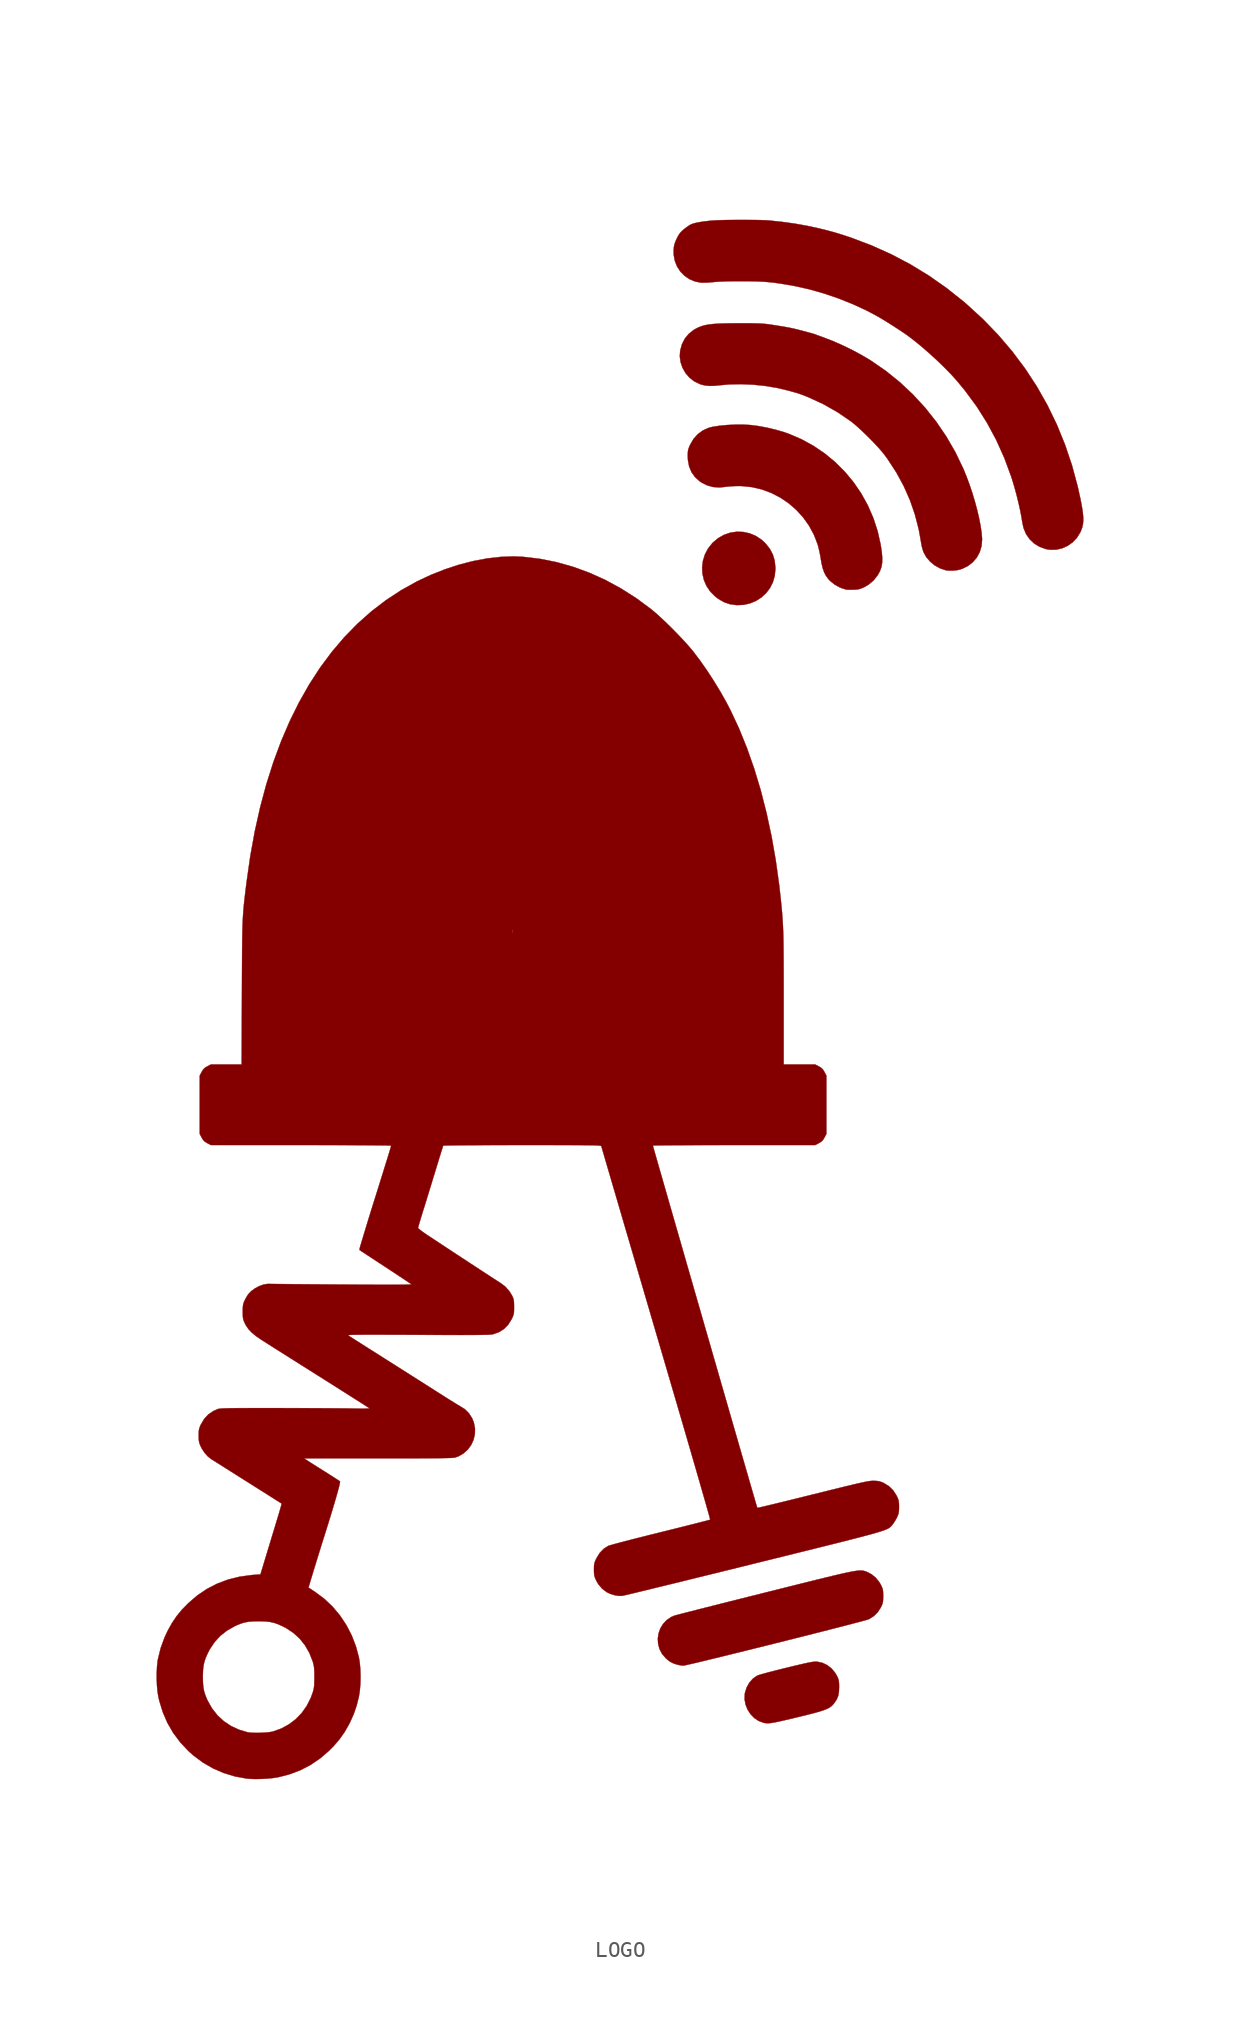
<source format=kicad_sym>
(kicad_symbol_lib
  (version 20210619)
  (generator bitmap2component)
  (symbol "LOGO"
    (pin_names
      (offset 1.016))
    (property "Reference" "#G"
      (at 0 51.026 0)
      (effects (font (size 1.27 1.27)) hide))
    (symbol "LOGO_0_0"
      (polyline (pts (xy -18.48 -47.721) (xy -18.099 -47.7) (xy -17.741 -47.664) (xy -17.436 -47.615) (xy -16.742 -47.437) (xy -16.058 -47.179) (xy -15.418 -46.848) (xy -14.819 -46.441) (xy -14.258 -45.958) (xy -13.975 -45.673) (xy -13.606 -45.244) (xy -13.289 -44.794) (xy -13.005 -44.298) (xy -12.944 -44.177) (xy -12.715 -43.666) (xy -12.536 -43.145) (xy -12.394 -42.577) (xy -12.391 -42.563) (xy -12.335 -42.201) (xy -12.301 -41.784) (xy -12.29 -41.34) (xy -12.302 -40.898) (xy -12.336 -40.483) (xy -12.394 -40.123) (xy -12.577 -39.438) (xy -12.841 -38.752) (xy -13.175 -38.105) (xy -13.575 -37.503) (xy -14.035 -36.954) (xy -14.552 -36.464) (xy -15.122 -36.038) (xy -15.281 -35.933) (xy -15.416 -35.843) (xy -15.508 -35.782) (xy -15.541 -35.758) (xy -15.537 -35.74) (xy -15.512 -35.65) (xy -15.466 -35.495) (xy -15.403 -35.285) (xy -15.326 -35.03) (xy -15.238 -34.741) (xy -15.142 -34.429) (xy -15.043 -34.104) (xy -14.942 -33.776) (xy -14.843 -33.457) (xy -14.75 -33.157) (xy -14.665 -32.885) (xy -14.593 -32.654) (xy -14.574 -32.596) (xy -14.389 -32.007) (xy -14.219 -31.46) (xy -14.066 -30.959) (xy -13.932 -30.509) (xy -13.816 -30.113) (xy -13.722 -29.778) (xy -13.649 -29.506) (xy -13.599 -29.303) (xy -13.574 -29.173) (xy -13.575 -29.12) (xy -13.614 -29.091) (xy -13.72 -29.022) (xy -13.878 -28.919) (xy -14.08 -28.79) (xy -14.315 -28.64) (xy -14.573 -28.478) (xy -14.789 -28.342) (xy -15.041 -28.183) (xy -15.267 -28.04) (xy -15.455 -27.921) (xy -15.593 -27.832) (xy -15.67 -27.782) (xy -15.821 -27.681) (xy -11.193 -27.681) (xy -10.844 -27.681) (xy -10.061 -27.681) (xy -9.361 -27.68) (xy -8.741 -27.678) (xy -8.2 -27.675) (xy -7.734 -27.672) (xy -7.341 -27.668) (xy -7.019 -27.663) (xy -6.766 -27.657) (xy -6.578 -27.65) (xy -6.455 -27.642) (xy -6.393 -27.634) (xy -6.163 -27.552) (xy -5.848 -27.369) (xy -5.582 -27.129) (xy -5.372 -26.841) (xy -5.224 -26.518) (xy -5.143 -26.169) (xy -5.135 -25.806) (xy -5.207 -25.44) (xy -5.308 -25.183) (xy -5.509 -24.865) (xy -5.777 -24.601) (xy -6.113 -24.39) (xy -6.147 -24.372) (xy -6.259 -24.306) (xy -6.425 -24.205) (xy -6.631 -24.077) (xy -6.866 -23.93) (xy -7.117 -23.77) (xy -7.163 -23.741) (xy -7.369 -23.61) (xy -7.636 -23.44) (xy -7.956 -23.236) (xy -8.319 -23.006) (xy -8.717 -22.753) (xy -9.142 -22.484) (xy -9.583 -22.203) (xy -10.033 -21.918) (xy -10.483 -21.633) (xy -10.75 -21.464) (xy -11.161 -21.203) (xy -11.548 -20.958) (xy -11.905 -20.732) (xy -12.226 -20.528) (xy -12.504 -20.351) (xy -12.734 -20.204) (xy -12.91 -20.093) (xy -13.026 -20.019) (xy -13.074 -19.987) (xy -13.077 -19.984) (xy -13.059 -19.975) (xy -13.003 -19.968) (xy -12.905 -19.962) (xy -12.76 -19.957) (xy -12.566 -19.954) (xy -12.317 -19.951) (xy -12.011 -19.949) (xy -11.642 -19.948) (xy -11.207 -19.948) (xy -10.703 -19.95) (xy -10.124 -19.951) (xy -9.467 -19.954) (xy -8.727 -19.958) (xy -8.544 -19.959) (xy -7.792 -19.962) (xy -7.122 -19.965) (xy -6.529 -19.966) (xy -6.009 -19.967) (xy -5.56 -19.966) (xy -5.177 -19.965) (xy -4.857 -19.962) (xy -4.595 -19.958) (xy -4.388 -19.953) (xy -4.231 -19.947) (xy -4.122 -19.939) (xy -4.056 -19.93) (xy -4.002 -19.918) (xy -3.638 -19.791) (xy -3.324 -19.593) (xy -3.061 -19.328) (xy -2.853 -18.995) (xy -2.822 -18.933) (xy -2.76 -18.797) (xy -2.721 -18.684) (xy -2.701 -18.568) (xy -2.693 -18.419) (xy -2.692 -18.213) (xy -2.694 -18.03) (xy -2.703 -17.868) (xy -2.722 -17.745) (xy -2.757 -17.635) (xy -2.812 -17.513) (xy -2.994 -17.218) (xy -3.253 -16.932) (xy -3.558 -16.704) (xy -3.596 -16.68) (xy -3.717 -16.604) (xy -3.9 -16.486) (xy -4.137 -16.332) (xy -4.423 -16.146) (xy -4.75 -15.932) (xy -5.113 -15.695) (xy -5.504 -15.439) (xy -5.917 -15.168) (xy -6.346 -14.886) (xy -6.783 -14.598) (xy -7.223 -14.309) (xy -7.658 -14.021) (xy -8.083 -13.741) (xy -8.242 -13.633) (xy -8.423 -13.506) (xy -8.567 -13.398) (xy -8.662 -13.319) (xy -8.696 -13.278) (xy -8.688 -13.237) (xy -8.656 -13.123) (xy -8.605 -12.948) (xy -8.538 -12.724) (xy -8.459 -12.462) (xy -8.37 -12.175) (xy -8.334 -12.062) (xy -8.23 -11.727) (xy -8.111 -11.338) (xy -7.981 -10.916) (xy -7.847 -10.479) (xy -7.716 -10.05) (xy -7.593 -9.648) (xy -7.494 -9.323) (xy -7.397 -9.006) (xy -7.31 -8.723) (xy -7.236 -8.484) (xy -7.177 -8.3) (xy -7.138 -8.178) (xy -7.121 -8.13) (xy -7.112 -8.128) (xy -7.033 -8.123) (xy -6.875 -8.119) (xy -6.644 -8.114) (xy -6.346 -8.111) (xy -5.985 -8.107) (xy -5.568 -8.104) (xy -5.099 -8.101) (xy -4.585 -8.098) (xy -4.03 -8.096) (xy -3.44 -8.095) (xy -2.82 -8.094) (xy -2.177 -8.094) (xy -1.812 -8.094) (xy -1.094 -8.094) (xy -0.456 -8.094) (xy 0.108 -8.095) (xy 0.602 -8.095) (xy 1.03 -8.097) (xy 1.398 -8.098) (xy 1.71 -8.101) (xy 1.97 -8.104) (xy 2.184 -8.107) (xy 2.355 -8.111) (xy 2.489 -8.117) (xy 2.59 -8.123) (xy 2.663 -8.13) (xy 2.713 -8.138) (xy 2.743 -8.147) (xy 2.759 -8.157) (xy 2.766 -8.169) (xy 2.769 -8.179) (xy 2.794 -8.266) (xy 2.842 -8.433) (xy 2.914 -8.678) (xy 3.008 -8.999) (xy 3.123 -9.394) (xy 3.26 -9.86) (xy 3.417 -10.397) (xy 3.594 -11.001) (xy 3.791 -11.672) (xy 4.006 -12.406) (xy 4.239 -13.202) (xy 4.49 -14.057) (xy 4.758 -14.971) (xy 5.042 -15.94) (xy 5.342 -16.963) (xy 5.657 -18.038) (xy 5.987 -19.162) (xy 6.331 -20.334) (xy 6.688 -21.552) (xy 7.058 -22.814) (xy 7.263 -23.513) (xy 7.504 -24.335) (xy 7.737 -25.133) (xy 7.962 -25.901) (xy 8.176 -26.637) (xy 8.379 -27.336) (xy 8.57 -27.995) (xy 8.748 -28.609) (xy 8.912 -29.175) (xy 9.059 -29.69) (xy 9.191 -30.148) (xy 9.305 -30.547) (xy 9.4 -30.883) (xy 9.475 -31.151) (xy 9.529 -31.349) (xy 9.561 -31.471) (xy 9.569 -31.514) (xy 9.526 -31.528) (xy 9.406 -31.561) (xy 9.214 -31.612) (xy 8.959 -31.677) (xy 8.647 -31.757) (xy 8.283 -31.849) (xy 7.876 -31.951) (xy 7.431 -32.063) (xy 6.955 -32.181) (xy 6.454 -32.305) (xy 5.995 -32.419) (xy 5.508 -32.541) (xy 5.05 -32.657) (xy 4.625 -32.765) (xy 4.242 -32.864) (xy 3.908 -32.952) (xy 3.629 -33.027) (xy 3.412 -33.087) (xy 3.266 -33.13) (xy 3.195 -33.154) (xy 2.922 -33.328) (xy 2.669 -33.586) (xy 2.466 -33.914) (xy 2.407 -34.036) (xy 2.35 -34.172) (xy 2.319 -34.295) (xy 2.306 -34.437) (xy 2.303 -34.632) (xy 2.304 -34.715) (xy 2.311 -34.892) (xy 2.331 -35.029) (xy 2.372 -35.156) (xy 2.439 -35.308) (xy 2.571 -35.541) (xy 2.812 -35.827) (xy 3.107 -36.049) (xy 3.323 -36.151) (xy 3.58 -36.231) (xy 3.836 -36.276) (xy 4.056 -36.277) (xy 4.058 -36.277) (xy 4.123 -36.263) (xy 4.269 -36.23) (xy 4.489 -36.178) (xy 4.78 -36.109) (xy 5.137 -36.022) (xy 5.558 -35.921) (xy 6.036 -35.804) (xy 6.569 -35.674) (xy 7.151 -35.532) (xy 7.779 -35.378) (xy 8.449 -35.213) (xy 9.157 -35.039) (xy 9.897 -34.857) (xy 10.667 -34.667) (xy 11.461 -34.471) (xy 12.276 -34.27) (xy 12.656 -34.175) (xy 13.608 -33.94) (xy 14.481 -33.724) (xy 15.279 -33.526) (xy 16.006 -33.346) (xy 16.664 -33.182) (xy 17.258 -33.034) (xy 17.79 -32.9) (xy 18.265 -32.779) (xy 18.686 -32.671) (xy 19.057 -32.575) (xy 19.381 -32.489) (xy 19.661 -32.413) (xy 19.901 -32.345) (xy 20.105 -32.285) (xy 20.276 -32.231) (xy 20.417 -32.183) (xy 20.533 -32.14) (xy 20.627 -32.1) (xy 20.701 -32.063) (xy 20.761 -32.027) (xy 20.808 -31.992) (xy 20.848 -31.957) (xy 20.883 -31.92) (xy 20.917 -31.881) (xy 20.953 -31.839) (xy 21.038 -31.727) (xy 21.146 -31.557) (xy 21.24 -31.384) (xy 21.268 -31.325) (xy 21.324 -31.188) (xy 21.356 -31.063) (xy 21.371 -30.917) (xy 21.374 -30.717) (xy 21.374 -30.636) (xy 21.367 -30.459) (xy 21.347 -30.322) (xy 21.306 -30.194) (xy 21.238 -30.041) (xy 21.219 -30.003) (xy 21.012 -29.682) (xy 20.743 -29.419) (xy 20.42 -29.221) (xy 20.295 -29.166) (xy 20.145 -29.117) (xy 19.989 -29.093) (xy 19.787 -29.085) (xy 19.778 -29.085) (xy 19.709 -29.086) (xy 19.631 -29.091) (xy 19.541 -29.101) (xy 19.431 -29.118) (xy 19.296 -29.143) (xy 19.13 -29.177) (xy 18.927 -29.222) (xy 18.681 -29.279) (xy 18.387 -29.348) (xy 18.038 -29.432) (xy 17.63 -29.532) (xy 17.155 -29.649) (xy 16.608 -29.785) (xy 15.984 -29.94) (xy 15.685 -30.014) (xy 15.168 -30.142) (xy 14.68 -30.262) (xy 14.225 -30.374) (xy 13.81 -30.475) (xy 13.442 -30.564) (xy 13.126 -30.64) (xy 12.87 -30.701) (xy 12.678 -30.745) (xy 12.557 -30.772) (xy 12.513 -30.779) (xy 12.51 -30.77) (xy 12.487 -30.692) (xy 12.441 -30.538) (xy 12.375 -30.31) (xy 12.289 -30.014) (xy 12.184 -29.653) (xy 12.062 -29.232) (xy 11.924 -28.754) (xy 11.77 -28.224) (xy 11.603 -27.646) (xy 11.423 -27.024) (xy 11.232 -26.362) (xy 11.03 -25.664) (xy 10.819 -24.933) (xy 10.601 -24.176) (xy 10.375 -23.394) (xy 10.144 -22.593) (xy 9.909 -21.777) (xy 9.67 -20.949) (xy 9.429 -20.113) (xy 9.187 -19.275) (xy 8.946 -18.437) (xy 8.706 -17.605) (xy 8.469 -16.781) (xy 8.235 -15.97) (xy 8.007 -15.177) (xy 7.785 -14.405) (xy 7.57 -13.659) (xy 7.364 -12.942) (xy 7.167 -12.258) (xy 6.981 -11.612) (xy 6.808 -11.008) (xy 6.647 -10.45) (xy 6.502 -9.942) (xy 6.371 -9.488) (xy 6.258 -9.091) (xy 6.162 -8.758) (xy 6.086 -8.49) (xy 6.03 -8.293) (xy 5.996 -8.17) (xy 5.984 -8.126) (xy 6 -8.123) (xy 6.093 -8.119) (xy 6.263 -8.115) (xy 6.505 -8.112) (xy 6.814 -8.108) (xy 7.185 -8.105) (xy 7.612 -8.102) (xy 8.09 -8.1) (xy 8.614 -8.098) (xy 9.178 -8.096) (xy 9.777 -8.095) (xy 10.406 -8.094) (xy 11.059 -8.094) (xy 16.134 -8.094) (xy 16.364 -7.974) (xy 16.509 -7.886) (xy 16.618 -7.779) (xy 16.713 -7.624) (xy 16.833 -7.395) (xy 16.833 -3.755) (xy 16.713 -3.526) (xy 16.625 -3.38) (xy 16.518 -3.271) (xy 16.364 -3.176) (xy 16.134 -3.057) (xy 14.164 -3.057) (xy 14.164 1.051) (xy 14.164 1.623) (xy 14.163 2.295) (xy 14.162 2.892) (xy 14.16 3.424) (xy 14.157 3.897) (xy 14.153 4.318) (xy 14.147 4.694) (xy 14.139 5.034) (xy 14.129 5.343) (xy 14.117 5.629) (xy 14.102 5.9) (xy 14.084 6.162) (xy 14.064 6.423) (xy 14.04 6.69) (xy 14.013 6.97) (xy 13.982 7.271) (xy 13.946 7.598) (xy 13.883 8.155) (xy 13.669 9.705) (xy 13.404 11.212) (xy 13.091 12.671) (xy 12.731 14.078) (xy 12.325 15.427) (xy 11.873 16.715) (xy 11.378 17.937) (xy 10.841 19.087) (xy 10.592 19.565) (xy 10.213 20.239) (xy 9.799 20.919) (xy 9.367 21.583) (xy 8.928 22.209) (xy 8.499 22.774) (xy 8.362 22.94) (xy 8.1 23.241) (xy 7.796 23.572) (xy 7.464 23.919) (xy 7.12 24.267) (xy 6.775 24.605) (xy 6.443 24.916) (xy 6.139 25.189) (xy 5.876 25.409) (xy 4.953 26.092) (xy 3.999 26.7) (xy 3.019 27.232) (xy 2.017 27.685) (xy 0.996 28.058) (xy -0.04 28.349) (xy -1.087 28.558) (xy -2.142 28.682) (xy -2.715 28.706) (xy -3.531 28.677) (xy -4.377 28.58) (xy -5.246 28.417) (xy -6.128 28.19) (xy -7.014 27.9) (xy -7.895 27.551) (xy -8.761 27.144) (xy -9.735 26.603) (xy -10.696 25.974) (xy -11.611 25.272) (xy -12.481 24.499) (xy -13.305 23.655) (xy -14.082 22.742) (xy -14.812 21.761) (xy -15.494 20.711) (xy -16.129 19.594) (xy -16.715 18.411) (xy -17.251 17.163) (xy -17.738 15.85) (xy -18.176 14.474) (xy -18.562 13.036) (xy -18.898 11.535) (xy -19.182 9.973) (xy -19.414 8.352) (xy -19.435 8.181) (xy -19.476 7.856) (xy -19.511 7.562) (xy -19.543 7.291) (xy -19.571 7.037) (xy -19.595 6.792) (xy -19.615 6.551) (xy -19.633 6.305) (xy -19.648 6.049) (xy -19.66 5.775) (xy -19.67 5.477) (xy -19.675 5.274) (xy -2.788 5.274) (xy -2.786 5.321) (xy -2.779 5.372) (xy -2.768 5.349) (xy -2.761 5.28) (xy -2.769 5.176) (xy -2.774 5.162) (xy -2.784 5.185) (xy -2.788 5.274) (xy -19.675 5.274) (xy -19.678 5.147) (xy -19.685 4.78) (xy -19.69 4.367) (xy -19.694 3.902) (xy -19.697 3.379) (xy -19.7 2.79) (xy -19.703 2.129) (xy -19.706 1.388) (xy -19.722 -3.057) (xy -21.645 -3.057) (xy -21.874 -3.176) (xy -22.02 -3.264) (xy -22.129 -3.371) (xy -22.224 -3.526) (xy -22.343 -3.755) (xy -22.343 -7.395) (xy -22.224 -7.624) (xy -22.136 -7.77) (xy -22.029 -7.879) (xy -21.874 -7.974) (xy -21.645 -8.094) (xy -15.886 -8.094) (xy -15.187 -8.094) (xy -14.515 -8.095) (xy -13.877 -8.096) (xy -13.277 -8.098) (xy -12.719 -8.1) (xy -12.209 -8.103) (xy -11.752 -8.106) (xy -11.351 -8.11) (xy -11.013 -8.113) (xy -10.741 -8.117) (xy -10.541 -8.122) (xy -10.418 -8.126) (xy -10.375 -8.131) (xy -10.382 -8.16) (xy -10.409 -8.261) (xy -10.456 -8.42) (xy -10.517 -8.622) (xy -10.588 -8.852) (xy -10.701 -9.216) (xy -10.9 -9.857) (xy -11.076 -10.421) (xy -11.229 -10.912) (xy -11.361 -11.333) (xy -11.474 -11.688) (xy -11.482 -11.716) (xy -11.549 -11.929) (xy -11.632 -12.196) (xy -11.726 -12.501) (xy -11.827 -12.83) (xy -11.93 -13.168) (xy -12.03 -13.499) (xy -12.124 -13.808) (xy -12.206 -14.081) (xy -12.272 -14.301) (xy -12.317 -14.455) (xy -12.331 -14.507) (xy -12.352 -14.607) (xy -12.352 -14.654) (xy -12.331 -14.668) (xy -12.245 -14.725) (xy -12.1 -14.821) (xy -11.903 -14.951) (xy -11.661 -15.11) (xy -11.382 -15.293) (xy -11.073 -15.496) (xy -10.741 -15.713) (xy -10.506 -15.867) (xy -10.188 -16.076) (xy -9.896 -16.269) (xy -9.639 -16.439) (xy -9.424 -16.582) (xy -9.258 -16.694) (xy -9.149 -16.768) (xy -9.105 -16.8) (xy -9.111 -16.804) (xy -9.181 -16.811) (xy -9.33 -16.817) (xy -9.559 -16.821) (xy -9.868 -16.824) (xy -10.258 -16.826) (xy -10.729 -16.826) (xy -11.284 -16.825) (xy -11.922 -16.822) (xy -12.645 -16.819) (xy -13.453 -16.813) (xy -13.87 -16.811) (xy -14.467 -16.806) (xy -15.04 -16.802) (xy -15.58 -16.798) (xy -16.083 -16.794) (xy -16.542 -16.79) (xy -16.951 -16.786) (xy -17.305 -16.783) (xy -17.596 -16.78) (xy -17.819 -16.777) (xy -17.969 -16.775) (xy -18.038 -16.774) (xy -18.101 -16.773) (xy -18.351 -16.814) (xy -18.62 -16.91) (xy -18.884 -17.05) (xy -19.121 -17.222) (xy -19.306 -17.415) (xy -19.361 -17.496) (xy -19.454 -17.651) (xy -19.537 -17.813) (xy -19.578 -17.906) (xy -19.617 -18.02) (xy -19.64 -18.141) (xy -19.65 -18.297) (xy -19.653 -18.512) (xy -19.651 -18.721) (xy -19.641 -18.874) (xy -19.62 -18.994) (xy -19.581 -19.108) (xy -19.52 -19.244) (xy -19.456 -19.367) (xy -19.299 -19.597) (xy -19.093 -19.816) (xy -18.828 -20.035) (xy -18.49 -20.266) (xy -18.474 -20.276) (xy -18.372 -20.341) (xy -18.274 -20.404) (xy -18.174 -20.468) (xy -18.068 -20.535) (xy -17.949 -20.61) (xy -17.814 -20.696) (xy -17.658 -20.795) (xy -17.474 -20.912) (xy -17.258 -21.048) (xy -17.005 -21.208) (xy -16.71 -21.394) (xy -16.367 -21.61) (xy -15.973 -21.86) (xy -15.52 -22.145) (xy -15.005 -22.47) (xy -14.422 -22.838) (xy -14.036 -23.082) (xy -13.621 -23.344) (xy -13.232 -23.59) (xy -12.875 -23.817) (xy -12.556 -24.019) (xy -12.28 -24.195) (xy -12.054 -24.339) (xy -11.884 -24.449) (xy -11.774 -24.52) (xy -11.731 -24.549) (xy -11.736 -24.555) (xy -11.809 -24.565) (xy -11.957 -24.571) (xy -12.176 -24.573) (xy -12.458 -24.571) (xy -12.798 -24.565) (xy -12.835 -24.564) (xy -13.072 -24.56) (xy -13.383 -24.557) (xy -13.761 -24.553) (xy -14.195 -24.55) (xy -14.677 -24.547) (xy -15.196 -24.544) (xy -15.744 -24.542) (xy -16.312 -24.54) (xy -16.89 -24.539) (xy -17.469 -24.538) (xy -17.941 -24.538) (xy -18.528 -24.537) (xy -19.038 -24.538) (xy -19.477 -24.539) (xy -19.852 -24.54) (xy -20.167 -24.543) (xy -20.428 -24.546) (xy -20.641 -24.551) (xy -20.811 -24.556) (xy -20.945 -24.563) (xy -21.047 -24.57) (xy -21.124 -24.58) (xy -21.18 -24.59) (xy -21.223 -24.603) (xy -21.485 -24.718) (xy -21.802 -24.933) (xy -22.064 -25.215) (xy -22.272 -25.564) (xy -22.316 -25.661) (xy -22.365 -25.789) (xy -22.393 -25.911) (xy -22.405 -26.058) (xy -22.407 -26.261) (xy -22.406 -26.381) (xy -22.398 -26.552) (xy -22.376 -26.684) (xy -22.336 -26.809) (xy -22.27 -26.957) (xy -22.209 -27.078) (xy -22.034 -27.341) (xy -21.83 -27.567) (xy -21.617 -27.732) (xy -21.564 -27.765) (xy -21.434 -27.845) (xy -21.26 -27.955) (xy -21.055 -28.084) (xy -20.837 -28.222) (xy -20.827 -28.228) (xy -20.643 -28.345) (xy -20.399 -28.5) (xy -20.108 -28.683) (xy -19.783 -28.889) (xy -19.436 -29.108) (xy -19.08 -29.333) (xy -18.727 -29.555) (xy -18.593 -29.64) (xy -18.28 -29.837) (xy -17.993 -30.018) (xy -17.74 -30.178) (xy -17.53 -30.312) (xy -17.369 -30.414) (xy -17.265 -30.48) (xy -17.226 -30.505) (xy -17.225 -30.508) (xy -17.229 -30.539) (xy -17.245 -30.61) (xy -17.276 -30.726) (xy -17.324 -30.893) (xy -17.39 -31.119) (xy -17.477 -31.408) (xy -17.585 -31.767) (xy -17.717 -32.202) (xy -17.732 -32.249) (xy -17.82 -32.538) (xy -17.923 -32.879) (xy -18.034 -33.244) (xy -18.144 -33.608) (xy -18.246 -33.946) (xy -18.546 -34.936) (xy -18.97 -34.966) (xy -19.09 -34.975) (xy -19.854 -35.08) (xy -20.576 -35.26) (xy -21.259 -35.517) (xy -21.901 -35.849) (xy -22.503 -36.257) (xy -23.067 -36.742) (xy -23.451 -37.136) (xy -23.784 -37.541) (xy -24.075 -37.97) (xy -24.343 -38.452) (xy -24.541 -38.874) (xy -24.783 -39.535) (xy -24.955 -40.231) (xy -24.974 -40.344) (xy -25.012 -40.684) (xy -25.031 -41.071) (xy -25.032 -41.35) (xy -22.15 -41.35) (xy -22.149 -41.233) (xy -22.137 -40.909) (xy -22.107 -40.637) (xy -22.052 -40.391) (xy -21.968 -40.146) (xy -21.849 -39.876) (xy -21.718 -39.622) (xy -21.415 -39.166) (xy -21.052 -38.773) (xy -20.629 -38.44) (xy -20.144 -38.167) (xy -20.045 -38.121) (xy -19.785 -38.014) (xy -19.543 -37.94) (xy -19.292 -37.894) (xy -19.007 -37.87) (xy -18.663 -37.863) (xy -18.535 -37.864) (xy -18.214 -37.876) (xy -17.944 -37.907) (xy -17.699 -37.962) (xy -17.453 -38.047) (xy -17.181 -38.167) (xy -16.96 -38.28) (xy -16.5 -38.583) (xy -16.099 -38.946) (xy -15.761 -39.369) (xy -15.486 -39.849) (xy -15.276 -40.383) (xy -15.257 -40.448) (xy -15.222 -40.584) (xy -15.198 -40.721) (xy -15.184 -40.88) (xy -15.177 -41.083) (xy -15.175 -41.35) (xy -15.176 -41.478) (xy -15.18 -41.714) (xy -15.189 -41.895) (xy -15.207 -42.042) (xy -15.235 -42.176) (xy -15.276 -42.317) (xy -15.402 -42.66) (xy -15.653 -43.155) (xy -15.968 -43.599) (xy -16.342 -43.986) (xy -16.768 -44.311) (xy -17.242 -44.57) (xy -17.759 -44.755) (xy -17.879 -44.782) (xy -18.11 -44.812) (xy -18.381 -44.833) (xy -18.669 -44.843) (xy -18.947 -44.841) (xy -19.19 -44.827) (xy -19.373 -44.8) (xy -19.888 -44.644) (xy -20.39 -44.411) (xy -20.84 -44.111) (xy -21.234 -43.746) (xy -21.571 -43.319) (xy -21.846 -42.832) (xy -21.892 -42.733) (xy -21.998 -42.473) (xy -22.073 -42.231) (xy -22.119 -41.98) (xy -22.143 -41.695) (xy -22.15 -41.35) (xy -25.032 -41.35) (xy -25.032 -41.481) (xy -25.016 -41.886) (xy -24.982 -42.26) (xy -24.931 -42.577) (xy -24.875 -42.821) (xy -24.655 -43.542) (xy -24.364 -44.217) (xy -24 -44.846) (xy -23.562 -45.432) (xy -23.049 -45.978) (xy -22.739 -46.255) (xy -22.151 -46.693) (xy -21.518 -47.059) (xy -20.847 -47.35) (xy -20.143 -47.564) (xy -19.412 -47.698) (xy -19.195 -47.718) (xy -18.855 -47.728) (xy -18.48 -47.721)) (stroke (width 0.01)) (fill (type outline)))
      (polyline (pts (xy 13.32 -44.232) (xy 13.473 -44.21) (xy 13.664 -44.175) (xy 13.902 -44.125) (xy 14.197 -44.059) (xy 14.557 -43.974) (xy 14.992 -43.87) (xy 15.166 -43.828) (xy 15.61 -43.719) (xy 15.981 -43.625) (xy 16.287 -43.542) (xy 16.536 -43.467) (xy 16.736 -43.398) (xy 16.896 -43.331) (xy 17.022 -43.264) (xy 17.124 -43.194) (xy 17.209 -43.117) (xy 17.286 -43.031) (xy 17.351 -42.948) (xy 17.486 -42.741) (xy 17.572 -42.531) (xy 17.616 -42.291) (xy 17.629 -41.996) (xy 17.629 -41.877) (xy 17.622 -41.699) (xy 17.603 -41.565) (xy 17.569 -41.448) (xy 17.514 -41.319) (xy 17.384 -41.09) (xy 17.157 -40.818) (xy 16.884 -40.605) (xy 16.579 -40.46) (xy 16.252 -40.392) (xy 16.246 -40.392) (xy 16.169 -40.389) (xy 16.078 -40.394) (xy 15.967 -40.407) (xy 15.826 -40.431) (xy 15.645 -40.467) (xy 15.417 -40.517) (xy 15.132 -40.583) (xy 14.781 -40.666) (xy 14.356 -40.77) (xy 14.294 -40.785) (xy 13.926 -40.876) (xy 13.58 -40.963) (xy 13.266 -41.044) (xy 12.994 -41.117) (xy 12.775 -41.178) (xy 12.619 -41.225) (xy 12.536 -41.254) (xy 12.497 -41.273) (xy 12.24 -41.452) (xy 12.023 -41.696) (xy 11.855 -41.992) (xy 11.747 -42.328) (xy 11.733 -42.404) (xy 11.72 -42.74) (xy 11.78 -43.072) (xy 11.906 -43.386) (xy 12.089 -43.67) (xy 12.322 -43.91) (xy 12.596 -44.095) (xy 12.904 -44.209) (xy 12.909 -44.211) (xy 13 -44.229) (xy 13.092 -44.239) (xy 13.196 -44.241) (xy 13.32 -44.232)) (stroke (width 0.01)) (fill (type outline)))
      (polyline (pts (xy 7.95 -40.627) (xy 8.09 -40.598) (xy 8.301 -40.55) (xy 8.579 -40.486) (xy 8.916 -40.406) (xy 9.307 -40.312) (xy 9.745 -40.205) (xy 10.226 -40.088) (xy 10.743 -39.961) (xy 11.289 -39.826) (xy 11.86 -39.685) (xy 12.449 -39.539) (xy 13.05 -39.389) (xy 13.658 -39.237) (xy 14.265 -39.085) (xy 14.867 -38.934) (xy 15.458 -38.785) (xy 16.031 -38.64) (xy 16.58 -38.501) (xy 17.1 -38.368) (xy 17.585 -38.244) (xy 18.028 -38.13) (xy 18.424 -38.027) (xy 18.767 -37.937) (xy 19.051 -37.862) (xy 19.27 -37.802) (xy 19.417 -37.759) (xy 19.488 -37.736) (xy 19.504 -37.728) (xy 19.799 -37.543) (xy 20.051 -37.291) (xy 20.245 -36.987) (xy 20.295 -36.881) (xy 20.343 -36.758) (xy 20.37 -36.639) (xy 20.382 -36.493) (xy 20.385 -36.292) (xy 20.383 -36.139) (xy 20.375 -35.981) (xy 20.353 -35.858) (xy 20.311 -35.739) (xy 20.244 -35.595) (xy 20.134 -35.406) (xy 19.918 -35.143) (xy 19.661 -34.93) (xy 19.384 -34.785) (xy 19.373 -34.781) (xy 19.306 -34.755) (xy 19.243 -34.733) (xy 19.18 -34.715) (xy 19.113 -34.701) (xy 19.036 -34.693) (xy 18.947 -34.692) (xy 18.84 -34.698) (xy 18.71 -34.713) (xy 18.555 -34.737) (xy 18.368 -34.771) (xy 18.146 -34.816) (xy 17.885 -34.873) (xy 17.579 -34.943) (xy 17.225 -35.026) (xy 16.818 -35.125) (xy 16.354 -35.238) (xy 15.829 -35.368) (xy 15.237 -35.516) (xy 14.575 -35.681) (xy 13.839 -35.865) (xy 13.023 -36.07) (xy 12.821 -36.12) (xy 12.152 -36.288) (xy 11.505 -36.451) (xy 10.886 -36.606) (xy 10.299 -36.754) (xy 9.75 -36.893) (xy 9.244 -37.021) (xy 8.786 -37.137) (xy 8.381 -37.241) (xy 8.034 -37.329) (xy 7.75 -37.403) (xy 7.535 -37.459) (xy 7.393 -37.496) (xy 7.329 -37.515) (xy 7.125 -37.604) (xy 6.845 -37.795) (xy 6.62 -38.037) (xy 6.451 -38.317) (xy 6.343 -38.625) (xy 6.296 -38.948) (xy 6.314 -39.275) (xy 6.398 -39.593) (xy 6.552 -39.892) (xy 6.778 -40.16) (xy 6.906 -40.275) (xy 7.085 -40.407) (xy 7.272 -40.5) (xy 7.501 -40.573) (xy 7.582 -40.593) (xy 7.75 -40.624) (xy 7.888 -40.637) (xy 7.95 -40.627)) (stroke (width 0.01)) (fill (type outline)))
      (polyline (pts (xy 11.659 25.68) (xy 12.063 25.771) (xy 12.438 25.928) (xy 12.776 26.145) (xy 13.069 26.417) (xy 13.311 26.738) (xy 13.492 27.101) (xy 13.607 27.502) (xy 13.647 27.933) (xy 13.646 27.998) (xy 13.602 28.433) (xy 13.485 28.827) (xy 13.292 29.19) (xy 13.019 29.531) (xy 12.78 29.751) (xy 12.425 29.986) (xy 12.043 30.147) (xy 11.642 30.235) (xy 11.235 30.25) (xy 10.83 30.191) (xy 10.438 30.058) (xy 10.069 29.851) (xy 9.734 29.57) (xy 9.701 29.536) (xy 9.434 29.198) (xy 9.24 28.827) (xy 9.117 28.435) (xy 9.066 28.032) (xy 9.086 27.628) (xy 9.177 27.233) (xy 9.338 26.859) (xy 9.569 26.515) (xy 9.869 26.213) (xy 10.075 26.055) (xy 10.44 25.845) (xy 10.806 25.72) (xy 11.233 25.662) (xy 11.659 25.68)) (stroke (width 0.01)) (fill (type outline)))
      (polyline (pts (xy 18.517 26.627) (xy 18.543 26.628) (xy 18.737 26.639) (xy 18.887 26.664) (xy 19.031 26.712) (xy 19.206 26.791) (xy 19.471 26.943) (xy 19.784 27.205) (xy 20.04 27.531) (xy 20.178 27.779) (xy 20.272 28.035) (xy 20.32 28.309) (xy 20.326 28.623) (xy 20.294 28.995) (xy 20.226 29.446) (xy 20.035 30.296) (xy 19.766 31.115) (xy 19.424 31.899) (xy 19.012 32.644) (xy 18.533 33.345) (xy 17.992 33.998) (xy 17.391 34.598) (xy 16.734 35.141) (xy 16.025 35.622) (xy 15.268 36.036) (xy 14.465 36.38) (xy 14.138 36.492) (xy 13.638 36.635) (xy 13.109 36.759) (xy 12.585 36.857) (xy 12.097 36.92) (xy 12.079 36.922) (xy 11.628 36.947) (xy 11.131 36.946) (xy 10.62 36.921) (xy 10.128 36.872) (xy 9.688 36.802) (xy 9.464 36.743) (xy 9.109 36.581) (xy 8.794 36.349) (xy 8.529 36.054) (xy 8.323 35.703) (xy 8.262 35.568) (xy 8.21 35.431) (xy 8.182 35.306) (xy 8.17 35.158) (xy 8.168 34.957) (xy 8.178 34.734) (xy 8.253 34.332) (xy 8.401 33.975) (xy 8.621 33.666) (xy 8.913 33.403) (xy 9.03 33.323) (xy 9.378 33.147) (xy 9.753 33.046) (xy 10.162 33.019) (xy 10.612 33.065) (xy 10.714 33.079) (xy 10.909 33.094) (xy 11.137 33.105) (xy 11.368 33.109) (xy 11.547 33.105) (xy 12.182 33.039) (xy 12.799 32.894) (xy 13.392 32.674) (xy 13.952 32.384) (xy 14.475 32.03) (xy 14.953 31.616) (xy 15.38 31.146) (xy 15.749 30.627) (xy 16.055 30.062) (xy 16.289 29.457) (xy 16.336 29.287) (xy 16.392 29.049) (xy 16.445 28.788) (xy 16.488 28.535) (xy 16.531 28.284) (xy 16.602 27.976) (xy 16.69 27.723) (xy 16.801 27.508) (xy 16.941 27.312) (xy 17.077 27.166) (xy 17.369 26.934) (xy 17.705 26.753) (xy 18.06 26.636) (xy 18.078 26.633) (xy 18.182 26.626) (xy 18.337 26.624) (xy 18.517 26.627)) (stroke (width 0.01)) (fill (type outline)))
      (polyline (pts (xy 24.726 27.82) (xy 24.946 27.838) (xy 25.13 27.872) (xy 25.329 27.935) (xy 25.688 28.113) (xy 25.994 28.352) (xy 26.241 28.644) (xy 26.423 28.982) (xy 26.534 29.357) (xy 26.568 29.761) (xy 26.567 29.816) (xy 26.537 30.183) (xy 26.474 30.612) (xy 26.381 31.09) (xy 26.262 31.602) (xy 26.119 32.136) (xy 25.956 32.677) (xy 25.777 33.213) (xy 25.584 33.73) (xy 25.387 34.207) (xy 24.9 35.219) (xy 24.339 36.191) (xy 23.708 37.119) (xy 23.011 37.999) (xy 22.25 38.825) (xy 21.431 39.594) (xy 20.557 40.3) (xy 19.631 40.94) (xy 19.098 41.26) (xy 18.485 41.592) (xy 17.849 41.903) (xy 17.217 42.181) (xy 16.618 42.411) (xy 16.548 42.436) (xy 16.38 42.496) (xy 16.244 42.546) (xy 16.166 42.577) (xy 16.093 42.604) (xy 15.972 42.641) (xy 15.868 42.669) (xy 15.735 42.704) (xy 15.606 42.74) (xy 15.301 42.821) (xy 15.044 42.888) (xy 14.815 42.943) (xy 14.595 42.991) (xy 14.366 43.035) (xy 14.108 43.08) (xy 13.803 43.129) (xy 13.432 43.187) (xy 13.36 43.198) (xy 13.18 43.224) (xy 13.009 43.243) (xy 12.833 43.258) (xy 12.639 43.269) (xy 12.413 43.276) (xy 12.142 43.281) (xy 11.811 43.282) (xy 11.409 43.283) (xy 11.27 43.282) (xy 10.782 43.279) (xy 10.369 43.27) (xy 10.02 43.256) (xy 9.726 43.234) (xy 9.477 43.204) (xy 9.264 43.165) (xy 9.076 43.115) (xy 8.905 43.054) (xy 8.741 42.98) (xy 8.546 42.871) (xy 8.232 42.624) (xy 7.983 42.322) (xy 7.803 41.969) (xy 7.694 41.57) (xy 7.67 41.228) (xy 7.718 40.855) (xy 7.84 40.498) (xy 8.027 40.171) (xy 8.273 39.885) (xy 8.571 39.652) (xy 8.914 39.484) (xy 9.02 39.448) (xy 9.262 39.392) (xy 9.527 39.368) (xy 9.834 39.374) (xy 10.202 39.411) (xy 10.771 39.462) (xy 11.503 39.477) (xy 12.261 39.444) (xy 13.023 39.364) (xy 13.765 39.239) (xy 14.465 39.072) (xy 14.565 39.044) (xy 14.751 38.992) (xy 14.906 38.949) (xy 15.003 38.923) (xy 15.051 38.908) (xy 15.182 38.863) (xy 15.353 38.799) (xy 15.541 38.727) (xy 15.732 38.649) (xy 16.652 38.222) (xy 17.532 37.723) (xy 18.361 37.157) (xy 18.442 37.094) (xy 18.681 36.896) (xy 18.952 36.652) (xy 19.243 36.377) (xy 19.538 36.086) (xy 19.824 35.792) (xy 20.086 35.511) (xy 20.309 35.255) (xy 20.481 35.04) (xy 20.67 34.779) (xy 21.211 33.948) (xy 21.672 33.1) (xy 22.058 32.227) (xy 22.37 31.321) (xy 22.614 30.372) (xy 22.792 29.372) (xy 22.798 29.331) (xy 22.898 28.991) (xy 23.072 28.674) (xy 23.31 28.391) (xy 23.601 28.15) (xy 23.935 27.963) (xy 24.302 27.841) (xy 24.329 27.835) (xy 24.508 27.818) (xy 24.726 27.82)) (stroke (width 0.01)) (fill (type outline)))
      (polyline (pts (xy 31.207 29.13) (xy 31.573 29.214) (xy 31.916 29.369) (xy 32.226 29.587) (xy 32.491 29.864) (xy 32.698 30.195) (xy 32.753 30.314) (xy 32.826 30.513) (xy 32.873 30.719) (xy 32.894 30.944) (xy 32.889 31.201) (xy 32.858 31.502) (xy 32.801 31.86) (xy 32.719 32.288) (xy 32.547 33.07) (xy 32.187 34.406) (xy 31.751 35.699) (xy 31.24 36.951) (xy 30.654 38.16) (xy 29.994 39.326) (xy 29.261 40.447) (xy 28.453 41.524) (xy 27.573 42.556) (xy 26.62 43.542) (xy 25.594 44.482) (xy 25.424 44.627) (xy 24.353 45.481) (xy 23.246 46.256) (xy 22.1 46.957) (xy 20.911 47.584) (xy 19.675 48.141) (xy 18.387 48.629) (xy 18.355 48.64) (xy 17.821 48.818) (xy 17.317 48.971) (xy 16.813 49.107) (xy 16.281 49.235) (xy 15.692 49.362) (xy 15.652 49.37) (xy 14.877 49.51) (xy 14.048 49.625) (xy 13.195 49.713) (xy 13.176 49.714) (xy 12.987 49.724) (xy 12.729 49.733) (xy 12.417 49.739) (xy 12.066 49.742) (xy 11.692 49.744) (xy 11.31 49.744) (xy 10.934 49.741) (xy 10.581 49.737) (xy 10.264 49.73) (xy 10 49.721) (xy 9.803 49.711) (xy 9.579 49.692) (xy 9.187 49.649) (xy 8.852 49.597) (xy 8.584 49.539) (xy 8.393 49.475) (xy 8.374 49.467) (xy 8.238 49.389) (xy 8.076 49.277) (xy 7.918 49.153) (xy 7.786 49.035) (xy 7.668 48.905) (xy 7.571 48.757) (xy 7.471 48.559) (xy 7.404 48.41) (xy 7.339 48.232) (xy 7.303 48.065) (xy 7.284 47.87) (xy 7.288 47.566) (xy 7.361 47.179) (xy 7.502 46.826) (xy 7.706 46.514) (xy 7.965 46.251) (xy 8.271 46.043) (xy 8.617 45.897) (xy 8.996 45.822) (xy 9.399 45.824) (xy 9.656 45.849) (xy 9.929 45.872) (xy 10.191 45.889) (xy 10.462 45.901) (xy 10.759 45.909) (xy 11.104 45.913) (xy 11.516 45.914) (xy 11.992 45.911) (xy 12.431 45.903) (xy 12.825 45.886) (xy 13.195 45.859) (xy 13.562 45.819) (xy 13.946 45.766) (xy 14.369 45.697) (xy 14.852 45.61) (xy 14.929 45.595) (xy 15.798 45.399) (xy 16.693 45.143) (xy 17.592 44.836) (xy 18.473 44.484) (xy 19.315 44.097) (xy 20.094 43.682) (xy 20.291 43.566) (xy 20.547 43.409) (xy 20.832 43.23) (xy 21.126 43.042) (xy 21.407 42.859) (xy 21.656 42.693) (xy 21.851 42.559) (xy 21.981 42.464) (xy 22.403 42.139) (xy 22.855 41.766) (xy 23.32 41.359) (xy 23.782 40.934) (xy 24.223 40.507) (xy 24.628 40.091) (xy 24.98 39.703) (xy 25.511 39.059) (xy 26.234 38.076) (xy 26.881 37.051) (xy 27.454 35.984) (xy 27.955 34.871) (xy 28.385 33.709) (xy 28.468 33.449) (xy 28.6 33.004) (xy 28.727 32.536) (xy 28.843 32.065) (xy 28.944 31.613) (xy 29.025 31.2) (xy 29.081 30.846) (xy 29.16 30.48) (xy 29.316 30.107) (xy 29.539 29.784) (xy 29.823 29.515) (xy 30.162 29.308) (xy 30.55 29.168) (xy 30.832 29.122) (xy 31.207 29.13)) (stroke (width 0.01)) (fill (type outline))))))
</source>
